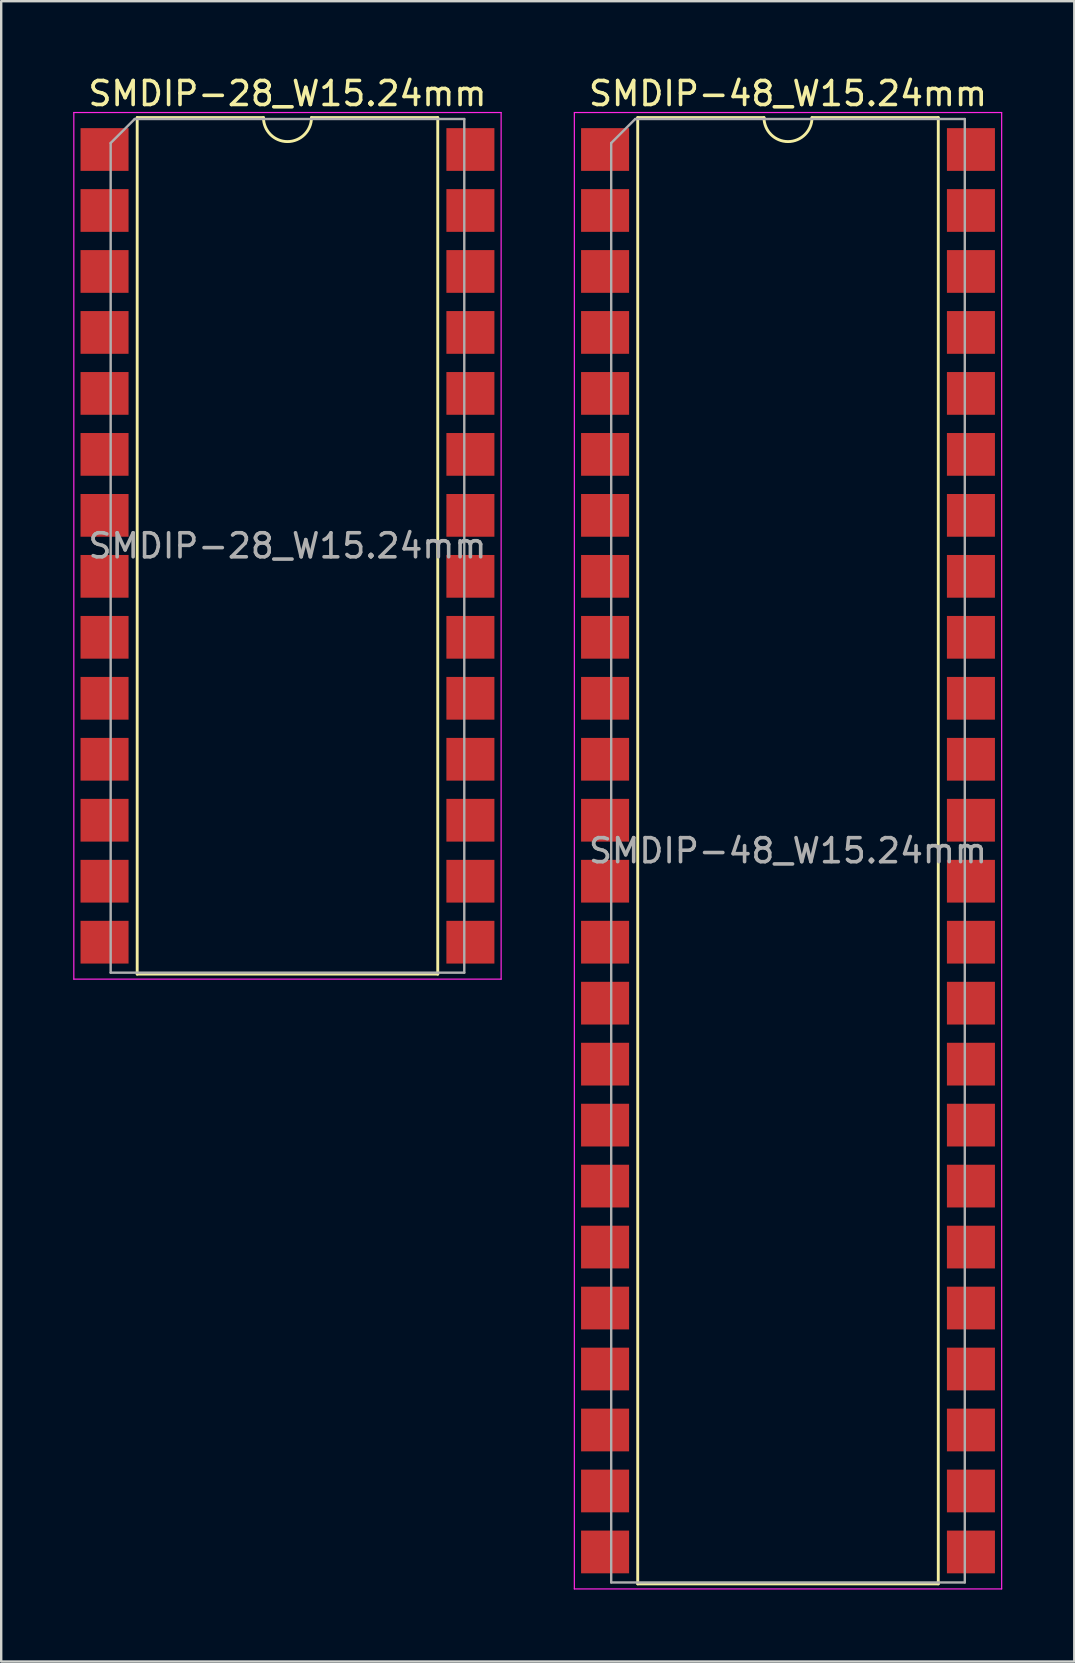
<source format=kicad_pcb>
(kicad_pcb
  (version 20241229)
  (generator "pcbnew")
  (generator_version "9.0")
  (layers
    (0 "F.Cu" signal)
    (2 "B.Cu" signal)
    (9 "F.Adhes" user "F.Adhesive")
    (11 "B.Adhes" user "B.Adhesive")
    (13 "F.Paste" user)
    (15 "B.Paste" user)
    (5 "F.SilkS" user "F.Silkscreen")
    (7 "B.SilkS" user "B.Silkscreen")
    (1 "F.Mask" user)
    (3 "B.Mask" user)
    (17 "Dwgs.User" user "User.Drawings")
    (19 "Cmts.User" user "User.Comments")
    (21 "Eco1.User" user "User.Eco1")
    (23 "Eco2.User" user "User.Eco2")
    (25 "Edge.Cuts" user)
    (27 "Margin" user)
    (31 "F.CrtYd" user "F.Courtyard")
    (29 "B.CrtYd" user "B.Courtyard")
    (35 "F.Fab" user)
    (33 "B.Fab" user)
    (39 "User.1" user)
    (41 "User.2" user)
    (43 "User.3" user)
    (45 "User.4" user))
  (footprint "SMDIP-28_W15.24mm"
    (layer "F.Cu")
    (at 8.925 19.688)
    (property "Reference" "SMDIP-28_W15.24mm" (at 0 -18.84 0) (layer "F.SilkS") (effects (font (size 1 1) (thickness 0.15))))
    (attr smd)
    (fp_line (start -6.26 -17.84) (end -6.26 17.84) (stroke (width 0.12) (type solid)) (layer "F.SilkS"))
    (fp_line (start -6.26 17.84) (end 6.26 17.84) (stroke (width 0.12) (type solid)) (layer "F.SilkS"))
    (fp_line (start -1 -17.84) (end -6.26 -17.84) (stroke (width 0.12) (type solid)) (layer "F.SilkS"))
    (fp_line (start 6.26 -17.84) (end 1 -17.84) (stroke (width 0.12) (type solid)) (layer "F.SilkS"))
    (fp_line (start 6.26 17.84) (end 6.26 -17.84) (stroke (width 0.12) (type solid)) (layer "F.SilkS"))
    (fp_arc (start 1 -17.84) (mid 0 -16.84) (end -1 -17.84) (stroke (width 0.12) (type solid)) (layer "F.SilkS"))
    (fp_line (start -8.9 -18.05) (end -8.9 18.05) (stroke (width 0.05) (type solid)) (layer "F.CrtYd"))
    (fp_line (start -8.9 18.05) (end 8.9 18.05) (stroke (width 0.05) (type solid)) (layer "F.CrtYd"))
    (fp_line (start 8.9 -18.05) (end -8.9 -18.05) (stroke (width 0.05) (type solid)) (layer "F.CrtYd"))
    (fp_line (start 8.9 18.05) (end 8.9 -18.05) (stroke (width 0.05) (type solid)) (layer "F.CrtYd"))
    (fp_line (start -7.365 -16.78) (end -6.365 -17.78) (stroke (width 0.1) (type solid)) (layer "F.Fab"))
    (fp_line (start -7.365 17.78) (end -7.365 -16.78) (stroke (width 0.1) (type solid)) (layer "F.Fab"))
    (fp_line (start -6.365 -17.78) (end 7.365 -17.78) (stroke (width 0.1) (type solid)) (layer "F.Fab"))
    (fp_line (start 7.365 -17.78) (end 7.365 17.78) (stroke (width 0.1) (type solid)) (layer "F.Fab"))
    (fp_line (start 7.365 17.78) (end -7.365 17.78) (stroke (width 0.1) (type solid)) (layer "F.Fab"))
    (fp_text user "${REFERENCE}" (at 0 0 0) (layer "F.Fab") (effects (font (size 1 1) (thickness 0.15))))
    (pad "1" smd rect (at -7.62 -16.51) (size 2 1.78) (layers "F.Cu" "F.Mask" "F.Paste"))
    (pad "2" smd rect (at -7.62 -13.97) (size 2 1.78) (layers "F.Cu" "F.Mask" "F.Paste"))
    (pad "3" smd rect (at -7.62 -11.43) (size 2 1.78) (layers "F.Cu" "F.Mask" "F.Paste"))
    (pad "4" smd rect (at -7.62 -8.89) (size 2 1.78) (layers "F.Cu" "F.Mask" "F.Paste"))
    (pad "5" smd rect (at -7.62 -6.35) (size 2 1.78) (layers "F.Cu" "F.Mask" "F.Paste"))
    (pad "6" smd rect (at -7.62 -3.81) (size 2 1.78) (layers "F.Cu" "F.Mask" "F.Paste"))
    (pad "7" smd rect (at -7.62 -1.27) (size 2 1.78) (layers "F.Cu" "F.Mask" "F.Paste"))
    (pad "8" smd rect (at -7.62 1.27) (size 2 1.78) (layers "F.Cu" "F.Mask" "F.Paste"))
    (pad "9" smd rect (at -7.62 3.81) (size 2 1.78) (layers "F.Cu" "F.Mask" "F.Paste"))
    (pad "10" smd rect (at -7.62 6.35) (size 2 1.78) (layers "F.Cu" "F.Mask" "F.Paste"))
    (pad "11" smd rect (at -7.62 8.89) (size 2 1.78) (layers "F.Cu" "F.Mask" "F.Paste"))
    (pad "12" smd rect (at -7.62 11.43) (size 2 1.78) (layers "F.Cu" "F.Mask" "F.Paste"))
    (pad "13" smd rect (at -7.62 13.97) (size 2 1.78) (layers "F.Cu" "F.Mask" "F.Paste"))
    (pad "14" smd rect (at -7.62 16.51) (size 2 1.78) (layers "F.Cu" "F.Mask" "F.Paste"))
    (pad "15" smd rect (at 7.62 16.51) (size 2 1.78) (layers "F.Cu" "F.Mask" "F.Paste"))
    (pad "16" smd rect (at 7.62 13.97) (size 2 1.78) (layers "F.Cu" "F.Mask" "F.Paste"))
    (pad "17" smd rect (at 7.62 11.43) (size 2 1.78) (layers "F.Cu" "F.Mask" "F.Paste"))
    (pad "18" smd rect (at 7.62 8.89) (size 2 1.78) (layers "F.Cu" "F.Mask" "F.Paste"))
    (pad "19" smd rect (at 7.62 6.35) (size 2 1.78) (layers "F.Cu" "F.Mask" "F.Paste"))
    (pad "20" smd rect (at 7.62 3.81) (size 2 1.78) (layers "F.Cu" "F.Mask" "F.Paste"))
    (pad "21" smd rect (at 7.62 1.27) (size 2 1.78) (layers "F.Cu" "F.Mask" "F.Paste"))
    (pad "22" smd rect (at 7.62 -1.27) (size 2 1.78) (layers "F.Cu" "F.Mask" "F.Paste"))
    (pad "23" smd rect (at 7.62 -3.81) (size 2 1.78) (layers "F.Cu" "F.Mask" "F.Paste"))
    (pad "24" smd rect (at 7.62 -6.35) (size 2 1.78) (layers "F.Cu" "F.Mask" "F.Paste"))
    (pad "25" smd rect (at 7.62 -8.89) (size 2 1.78) (layers "F.Cu" "F.Mask" "F.Paste"))
    (pad "26" smd rect (at 7.62 -11.43) (size 2 1.78) (layers "F.Cu" "F.Mask" "F.Paste"))
    (pad "27" smd rect (at 7.62 -13.97) (size 2 1.78) (layers "F.Cu" "F.Mask" "F.Paste"))
    (pad "28" smd rect (at 7.62 -16.51) (size 2 1.78) (layers "F.Cu" "F.Mask" "F.Paste")))
  (footprint "SMDIP-48_W15.24mm"
    (layer "F.Cu")
    (at 29.775 32.388)
    (property "Reference" "SMDIP-48_W15.24mm" (at 0 -31.54 0) (layer "F.SilkS") (effects (font (size 1 1) (thickness 0.15))))
    (attr smd)
    (fp_line (start -6.26 -30.54) (end -6.26 30.54) (stroke (width 0.12) (type solid)) (layer "F.SilkS"))
    (fp_line (start -6.26 30.54) (end 6.26 30.54) (stroke (width 0.12) (type solid)) (layer "F.SilkS"))
    (fp_line (start -1 -30.54) (end -6.26 -30.54) (stroke (width 0.12) (type solid)) (layer "F.SilkS"))
    (fp_line (start 6.26 -30.54) (end 1 -30.54) (stroke (width 0.12) (type solid)) (layer "F.SilkS"))
    (fp_line (start 6.26 30.54) (end 6.26 -30.54) (stroke (width 0.12) (type solid)) (layer "F.SilkS"))
    (fp_arc (start 1 -30.54) (mid 0 -29.54) (end -1 -30.54) (stroke (width 0.12) (type solid)) (layer "F.SilkS"))
    (fp_line (start -8.9 -30.75) (end -8.9 30.75) (stroke (width 0.05) (type solid)) (layer "F.CrtYd"))
    (fp_line (start -8.9 30.75) (end 8.9 30.75) (stroke (width 0.05) (type solid)) (layer "F.CrtYd"))
    (fp_line (start 8.9 -30.75) (end -8.9 -30.75) (stroke (width 0.05) (type solid)) (layer "F.CrtYd"))
    (fp_line (start 8.9 30.75) (end 8.9 -30.75) (stroke (width 0.05) (type solid)) (layer "F.CrtYd"))
    (fp_line (start -7.365 -29.48) (end -6.365 -30.48) (stroke (width 0.1) (type solid)) (layer "F.Fab"))
    (fp_line (start -7.365 30.48) (end -7.365 -29.48) (stroke (width 0.1) (type solid)) (layer "F.Fab"))
    (fp_line (start -6.365 -30.48) (end 7.365 -30.48) (stroke (width 0.1) (type solid)) (layer "F.Fab"))
    (fp_line (start 7.365 -30.48) (end 7.365 30.48) (stroke (width 0.1) (type solid)) (layer "F.Fab"))
    (fp_line (start 7.365 30.48) (end -7.365 30.48) (stroke (width 0.1) (type solid)) (layer "F.Fab"))
    (fp_text user "${REFERENCE}" (at 0 0 0) (layer "F.Fab") (effects (font (size 1 1) (thickness 0.15))))
    (pad "1" smd rect (at -7.62 -29.21) (size 2 1.78) (layers "F.Cu" "F.Mask" "F.Paste"))
    (pad "2" smd rect (at -7.62 -26.67) (size 2 1.78) (layers "F.Cu" "F.Mask" "F.Paste"))
    (pad "3" smd rect (at -7.62 -24.13) (size 2 1.78) (layers "F.Cu" "F.Mask" "F.Paste"))
    (pad "4" smd rect (at -7.62 -21.59) (size 2 1.78) (layers "F.Cu" "F.Mask" "F.Paste"))
    (pad "5" smd rect (at -7.62 -19.05) (size 2 1.78) (layers "F.Cu" "F.Mask" "F.Paste"))
    (pad "6" smd rect (at -7.62 -16.51) (size 2 1.78) (layers "F.Cu" "F.Mask" "F.Paste"))
    (pad "7" smd rect (at -7.62 -13.97) (size 2 1.78) (layers "F.Cu" "F.Mask" "F.Paste"))
    (pad "8" smd rect (at -7.62 -11.43) (size 2 1.78) (layers "F.Cu" "F.Mask" "F.Paste"))
    (pad "9" smd rect (at -7.62 -8.89) (size 2 1.78) (layers "F.Cu" "F.Mask" "F.Paste"))
    (pad "10" smd rect (at -7.62 -6.35) (size 2 1.78) (layers "F.Cu" "F.Mask" "F.Paste"))
    (pad "11" smd rect (at -7.62 -3.81) (size 2 1.78) (layers "F.Cu" "F.Mask" "F.Paste"))
    (pad "12" smd rect (at -7.62 -1.27) (size 2 1.78) (layers "F.Cu" "F.Mask" "F.Paste"))
    (pad "13" smd rect (at -7.62 1.27) (size 2 1.78) (layers "F.Cu" "F.Mask" "F.Paste"))
    (pad "14" smd rect (at -7.62 3.81) (size 2 1.78) (layers "F.Cu" "F.Mask" "F.Paste"))
    (pad "15" smd rect (at -7.62 6.35) (size 2 1.78) (layers "F.Cu" "F.Mask" "F.Paste"))
    (pad "16" smd rect (at -7.62 8.89) (size 2 1.78) (layers "F.Cu" "F.Mask" "F.Paste"))
    (pad "17" smd rect (at -7.62 11.43) (size 2 1.78) (layers "F.Cu" "F.Mask" "F.Paste"))
    (pad "18" smd rect (at -7.62 13.97) (size 2 1.78) (layers "F.Cu" "F.Mask" "F.Paste"))
    (pad "19" smd rect (at -7.62 16.51) (size 2 1.78) (layers "F.Cu" "F.Mask" "F.Paste"))
    (pad "20" smd rect (at -7.62 19.05) (size 2 1.78) (layers "F.Cu" "F.Mask" "F.Paste"))
    (pad "21" smd rect (at -7.62 21.59) (size 2 1.78) (layers "F.Cu" "F.Mask" "F.Paste"))
    (pad "22" smd rect (at -7.62 24.13) (size 2 1.78) (layers "F.Cu" "F.Mask" "F.Paste"))
    (pad "23" smd rect (at -7.62 26.67) (size 2 1.78) (layers "F.Cu" "F.Mask" "F.Paste"))
    (pad "24" smd rect (at -7.62 29.21) (size 2 1.78) (layers "F.Cu" "F.Mask" "F.Paste"))
    (pad "25" smd rect (at 7.62 29.21) (size 2 1.78) (layers "F.Cu" "F.Mask" "F.Paste"))
    (pad "26" smd rect (at 7.62 26.67) (size 2 1.78) (layers "F.Cu" "F.Mask" "F.Paste"))
    (pad "27" smd rect (at 7.62 24.13) (size 2 1.78) (layers "F.Cu" "F.Mask" "F.Paste"))
    (pad "28" smd rect (at 7.62 21.59) (size 2 1.78) (layers "F.Cu" "F.Mask" "F.Paste"))
    (pad "29" smd rect (at 7.62 19.05) (size 2 1.78) (layers "F.Cu" "F.Mask" "F.Paste"))
    (pad "30" smd rect (at 7.62 16.51) (size 2 1.78) (layers "F.Cu" "F.Mask" "F.Paste"))
    (pad "31" smd rect (at 7.62 13.97) (size 2 1.78) (layers "F.Cu" "F.Mask" "F.Paste"))
    (pad "32" smd rect (at 7.62 11.43) (size 2 1.78) (layers "F.Cu" "F.Mask" "F.Paste"))
    (pad "33" smd rect (at 7.62 8.89) (size 2 1.78) (layers "F.Cu" "F.Mask" "F.Paste"))
    (pad "34" smd rect (at 7.62 6.35) (size 2 1.78) (layers "F.Cu" "F.Mask" "F.Paste"))
    (pad "35" smd rect (at 7.62 3.81) (size 2 1.78) (layers "F.Cu" "F.Mask" "F.Paste"))
    (pad "36" smd rect (at 7.62 1.27) (size 2 1.78) (layers "F.Cu" "F.Mask" "F.Paste"))
    (pad "37" smd rect (at 7.62 -1.27) (size 2 1.78) (layers "F.Cu" "F.Mask" "F.Paste"))
    (pad "38" smd rect (at 7.62 -3.81) (size 2 1.78) (layers "F.Cu" "F.Mask" "F.Paste"))
    (pad "39" smd rect (at 7.62 -6.35) (size 2 1.78) (layers "F.Cu" "F.Mask" "F.Paste"))
    (pad "40" smd rect (at 7.62 -8.89) (size 2 1.78) (layers "F.Cu" "F.Mask" "F.Paste"))
    (pad "41" smd rect (at 7.62 -11.43) (size 2 1.78) (layers "F.Cu" "F.Mask" "F.Paste"))
    (pad "42" smd rect (at 7.62 -13.97) (size 2 1.78) (layers "F.Cu" "F.Mask" "F.Paste"))
    (pad "43" smd rect (at 7.62 -16.51) (size 2 1.78) (layers "F.Cu" "F.Mask" "F.Paste"))
    (pad "44" smd rect (at 7.62 -19.05) (size 2 1.78) (layers "F.Cu" "F.Mask" "F.Paste"))
    (pad "45" smd rect (at 7.62 -21.59) (size 2 1.78) (layers "F.Cu" "F.Mask" "F.Paste"))
    (pad "46" smd rect (at 7.62 -24.13) (size 2 1.78) (layers "F.Cu" "F.Mask" "F.Paste"))
    (pad "47" smd rect (at 7.62 -26.67) (size 2 1.78) (layers "F.Cu" "F.Mask" "F.Paste"))
    (pad "48" smd rect (at 7.62 -29.21) (size 2 1.78) (layers "F.Cu" "F.Mask" "F.Paste")))
  (gr_rect
    (start -3 -3)
    (end 41.7 66.163)
    (stroke (width 0.1) (type default))
    (fill no)
    (layer "Edge.Cuts")))
</source>
